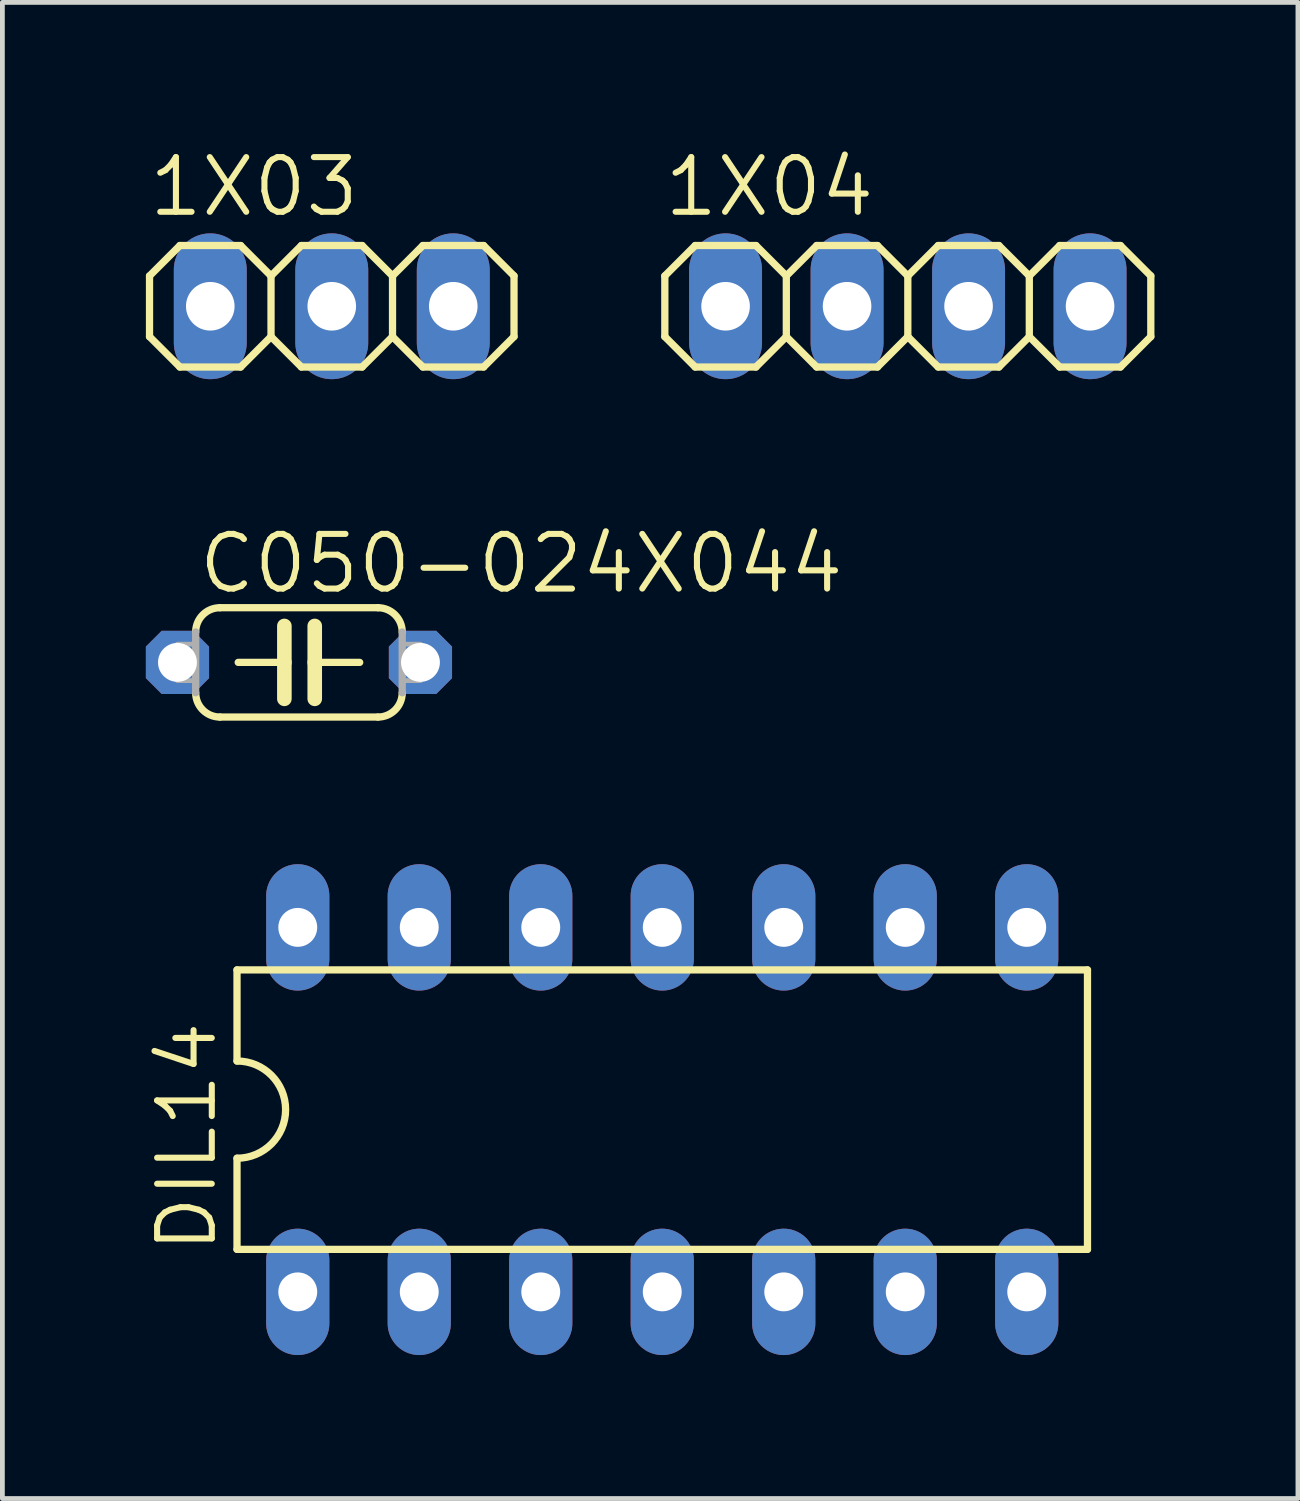
<source format=kicad_pcb>
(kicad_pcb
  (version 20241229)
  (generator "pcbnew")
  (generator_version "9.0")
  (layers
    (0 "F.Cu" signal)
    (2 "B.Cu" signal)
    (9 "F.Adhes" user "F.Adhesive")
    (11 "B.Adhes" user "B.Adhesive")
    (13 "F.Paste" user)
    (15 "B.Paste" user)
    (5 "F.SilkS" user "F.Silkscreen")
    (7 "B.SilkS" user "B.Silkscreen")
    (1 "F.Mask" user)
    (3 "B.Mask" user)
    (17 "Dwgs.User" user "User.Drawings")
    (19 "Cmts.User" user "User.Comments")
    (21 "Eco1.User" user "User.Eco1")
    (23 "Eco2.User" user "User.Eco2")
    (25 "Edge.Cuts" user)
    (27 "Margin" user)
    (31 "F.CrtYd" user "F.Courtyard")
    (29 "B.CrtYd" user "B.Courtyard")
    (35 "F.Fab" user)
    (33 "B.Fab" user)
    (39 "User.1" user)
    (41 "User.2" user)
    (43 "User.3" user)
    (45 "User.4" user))
  (footprint "1X03"
    (layer "F.Cu")
    (at 3.886 3.353)
    (property "Reference" "1X03" (at -3.886 -1.829 0) (layer "F.SilkS") (effects (font (size 1.143 1.143) (thickness 0.127)) (justify left bottom)))
    (fp_line (start -3.81 -0.635) (end -3.81 0.635) (stroke (width 0.152) (type solid)) (layer "F.SilkS"))
    (fp_line (start -3.81 0.635) (end -3.175 1.27) (stroke (width 0.152) (type solid)) (layer "F.SilkS"))
    (fp_line (start -3.175 -1.27) (end -3.81 -0.635) (stroke (width 0.152) (type solid)) (layer "F.SilkS"))
    (fp_line (start -3.175 -1.27) (end -1.905 -1.27) (stroke (width 0.152) (type solid)) (layer "F.SilkS"))
    (fp_line (start -1.905 -1.27) (end -1.27 -0.635) (stroke (width 0.152) (type solid)) (layer "F.SilkS"))
    (fp_line (start -1.905 1.27) (end -3.175 1.27) (stroke (width 0.152) (type solid)) (layer "F.SilkS"))
    (fp_line (start -1.27 -0.635) (end -1.27 0.635) (stroke (width 0.152) (type solid)) (layer "F.SilkS"))
    (fp_line (start -1.27 -0.635) (end -0.635 -1.27) (stroke (width 0.152) (type solid)) (layer "F.SilkS"))
    (fp_line (start -1.27 0.635) (end -1.905 1.27) (stroke (width 0.152) (type solid)) (layer "F.SilkS"))
    (fp_line (start -0.635 -1.27) (end 0.635 -1.27) (stroke (width 0.152) (type solid)) (layer "F.SilkS"))
    (fp_line (start -0.635 1.27) (end -1.27 0.635) (stroke (width 0.152) (type solid)) (layer "F.SilkS"))
    (fp_line (start 0.635 -1.27) (end 1.27 -0.635) (stroke (width 0.152) (type solid)) (layer "F.SilkS"))
    (fp_line (start 0.635 1.27) (end -0.635 1.27) (stroke (width 0.152) (type solid)) (layer "F.SilkS"))
    (fp_line (start 1.27 -0.635) (end 1.27 0.635) (stroke (width 0.152) (type solid)) (layer "F.SilkS"))
    (fp_line (start 1.27 -0.635) (end 1.905 -1.27) (stroke (width 0.152) (type solid)) (layer "F.SilkS"))
    (fp_line (start 1.27 0.635) (end 0.635 1.27) (stroke (width 0.152) (type solid)) (layer "F.SilkS"))
    (fp_line (start 1.905 -1.27) (end 3.175 -1.27) (stroke (width 0.152) (type solid)) (layer "F.SilkS"))
    (fp_line (start 1.905 1.27) (end 1.27 0.635) (stroke (width 0.152) (type solid)) (layer "F.SilkS"))
    (fp_line (start 3.175 -1.27) (end 3.81 -0.635) (stroke (width 0.152) (type solid)) (layer "F.SilkS"))
    (fp_line (start 3.175 1.27) (end 1.905 1.27) (stroke (width 0.152) (type solid)) (layer "F.SilkS"))
    (fp_line (start 3.81 -0.635) (end 3.81 0.635) (stroke (width 0.152) (type solid)) (layer "F.SilkS"))
    (fp_line (start 3.81 0.635) (end 3.175 1.27) (stroke (width 0.152) (type solid)) (layer "F.SilkS"))
    (fp_poly (pts (xy -2.794 0.254) (xy -2.286 0.254) (xy -2.286 -0.254) (xy -2.794 -0.254)) (stroke (width 0.1) (type solid)) (fill no) (layer "F.Fab"))
    (fp_poly (pts (xy -0.254 0.254) (xy 0.254 0.254) (xy 0.254 -0.254) (xy -0.254 -0.254)) (stroke (width 0.1) (type solid)) (fill no) (layer "F.Fab"))
    (fp_poly (pts (xy 2.286 0.254) (xy 2.794 0.254) (xy 2.794 -0.254) (xy 2.286 -0.254)) (stroke (width 0.1) (type solid)) (fill no) (layer "F.Fab"))
    (pad "1" thru_hole oval (at -2.54 0 90) (size 3.048 1.524) (drill 1.016) (layers "*.Cu" "*.Mask"))
    (pad "2" thru_hole oval (at 0 0 90) (size 3.048 1.524) (drill 1.016) (layers "*.Cu" "*.Mask"))
    (pad "3" thru_hole oval (at 2.54 0 90) (size 3.048 1.524) (drill 1.016) (layers "*.Cu" "*.Mask")))
  (footprint "1X04"
    (layer "F.Cu")
    (at 15.929 3.353)
    (property "Reference" "1X04" (at -5.156 -1.829 0) (layer "F.SilkS") (effects (font (size 1.143 1.143) (thickness 0.127)) (justify left bottom)))
    (fp_line (start -5.08 -0.635) (end -5.08 0.635) (stroke (width 0.152) (type solid)) (layer "F.SilkS"))
    (fp_line (start -5.08 0.635) (end -4.445 1.27) (stroke (width 0.152) (type solid)) (layer "F.SilkS"))
    (fp_line (start -4.445 -1.27) (end -5.08 -0.635) (stroke (width 0.152) (type solid)) (layer "F.SilkS"))
    (fp_line (start -4.445 -1.27) (end -3.175 -1.27) (stroke (width 0.152) (type solid)) (layer "F.SilkS"))
    (fp_line (start -3.175 -1.27) (end -2.54 -0.635) (stroke (width 0.152) (type solid)) (layer "F.SilkS"))
    (fp_line (start -3.175 1.27) (end -4.445 1.27) (stroke (width 0.152) (type solid)) (layer "F.SilkS"))
    (fp_line (start -2.54 -0.635) (end -2.54 0.635) (stroke (width 0.152) (type solid)) (layer "F.SilkS"))
    (fp_line (start -2.54 -0.635) (end -1.905 -1.27) (stroke (width 0.152) (type solid)) (layer "F.SilkS"))
    (fp_line (start -2.54 0.635) (end -3.175 1.27) (stroke (width 0.152) (type solid)) (layer "F.SilkS"))
    (fp_line (start -1.905 -1.27) (end -0.635 -1.27) (stroke (width 0.152) (type solid)) (layer "F.SilkS"))
    (fp_line (start -1.905 1.27) (end -2.54 0.635) (stroke (width 0.152) (type solid)) (layer "F.SilkS"))
    (fp_line (start -0.635 -1.27) (end 0 -0.635) (stroke (width 0.152) (type solid)) (layer "F.SilkS"))
    (fp_line (start -0.635 1.27) (end -1.905 1.27) (stroke (width 0.152) (type solid)) (layer "F.SilkS"))
    (fp_line (start 0 -0.635) (end 0 0.635) (stroke (width 0.152) (type solid)) (layer "F.SilkS"))
    (fp_line (start 0 -0.635) (end 0.635 -1.27) (stroke (width 0.152) (type solid)) (layer "F.SilkS"))
    (fp_line (start 0 0.635) (end -0.635 1.27) (stroke (width 0.152) (type solid)) (layer "F.SilkS"))
    (fp_line (start 0.635 -1.27) (end 1.905 -1.27) (stroke (width 0.152) (type solid)) (layer "F.SilkS"))
    (fp_line (start 0.635 1.27) (end 0 0.635) (stroke (width 0.152) (type solid)) (layer "F.SilkS"))
    (fp_line (start 1.905 -1.27) (end 2.54 -0.635) (stroke (width 0.152) (type solid)) (layer "F.SilkS"))
    (fp_line (start 1.905 1.27) (end 0.635 1.27) (stroke (width 0.152) (type solid)) (layer "F.SilkS"))
    (fp_line (start 2.54 -0.635) (end 2.54 0.635) (stroke (width 0.152) (type solid)) (layer "F.SilkS"))
    (fp_line (start 2.54 0.635) (end 1.905 1.27) (stroke (width 0.152) (type solid)) (layer "F.SilkS"))
    (fp_line (start 2.54 0.635) (end 3.175 1.27) (stroke (width 0.152) (type solid)) (layer "F.SilkS"))
    (fp_line (start 3.175 -1.27) (end 2.54 -0.635) (stroke (width 0.152) (type solid)) (layer "F.SilkS"))
    (fp_line (start 3.175 -1.27) (end 4.445 -1.27) (stroke (width 0.152) (type solid)) (layer "F.SilkS"))
    (fp_line (start 4.445 -1.27) (end 5.08 -0.635) (stroke (width 0.152) (type solid)) (layer "F.SilkS"))
    (fp_line (start 4.445 1.27) (end 3.175 1.27) (stroke (width 0.152) (type solid)) (layer "F.SilkS"))
    (fp_line (start 5.08 -0.635) (end 5.08 0.635) (stroke (width 0.152) (type solid)) (layer "F.SilkS"))
    (fp_line (start 5.08 0.635) (end 4.445 1.27) (stroke (width 0.152) (type solid)) (layer "F.SilkS"))
    (fp_poly (pts (xy -4.064 0.254) (xy -3.556 0.254) (xy -3.556 -0.254) (xy -4.064 -0.254)) (stroke (width 0.1) (type solid)) (fill no) (layer "F.Fab"))
    (fp_poly (pts (xy -1.524 0.254) (xy -1.016 0.254) (xy -1.016 -0.254) (xy -1.524 -0.254)) (stroke (width 0.1) (type solid)) (fill no) (layer "F.Fab"))
    (fp_poly (pts (xy 1.016 0.254) (xy 1.524 0.254) (xy 1.524 -0.254) (xy 1.016 -0.254)) (stroke (width 0.1) (type solid)) (fill no) (layer "F.Fab"))
    (fp_poly (pts (xy 3.556 0.254) (xy 4.064 0.254) (xy 4.064 -0.254) (xy 3.556 -0.254)) (stroke (width 0.1) (type solid)) (fill no) (layer "F.Fab"))
    (pad "1" thru_hole oval (at -3.81 0 90) (size 3.048 1.524) (drill 1.016) (layers "*.Cu" "*.Mask"))
    (pad "2" thru_hole oval (at -1.27 0 90) (size 3.048 1.524) (drill 1.016) (layers "*.Cu" "*.Mask"))
    (pad "3" thru_hole oval (at 1.27 0 90) (size 3.048 1.524) (drill 1.016) (layers "*.Cu" "*.Mask"))
    (pad "4" thru_hole oval (at 3.81 0 90) (size 3.048 1.524) (drill 1.016) (layers "*.Cu" "*.Mask")))
  (footprint "C050-024X044"
    (layer "F.Cu")
    (at 3.2 10.798)
    (property "Reference" "C050-024X044" (at -2.159 -1.397 0) (layer "F.SilkS") (effects (font (size 1.143 1.143) (thickness 0.127)) (justify left bottom)))
    (fp_line (start -1.27 0) (end -0.305 0) (stroke (width 0.152) (type solid)) (layer "F.SilkS"))
    (fp_line (start -0.305 -0.762) (end -0.305 0) (stroke (width 0.305) (type solid)) (layer "F.SilkS"))
    (fp_line (start -0.305 0) (end -0.305 0.762) (stroke (width 0.305) (type solid)) (layer "F.SilkS"))
    (fp_line (start 0.33 -0.762) (end 0.33 0) (stroke (width 0.305) (type solid)) (layer "F.SilkS"))
    (fp_line (start 0.33 0) (end 0.33 0.762) (stroke (width 0.305) (type solid)) (layer "F.SilkS"))
    (fp_line (start 1.27 0) (end 0.33 0) (stroke (width 0.152) (type solid)) (layer "F.SilkS"))
    (fp_line (start 1.651 -1.143) (end -1.651 -1.143) (stroke (width 0.152) (type solid)) (layer "F.SilkS"))
    (fp_line (start 1.651 1.143) (end -1.651 1.143) (stroke (width 0.152) (type solid)) (layer "F.SilkS"))
    (fp_arc (start -2.159 -0.635) (mid -2.01021 -0.99421) (end -1.651 -1.143) (stroke (width 0.1524) (type solid)) (layer "F.SilkS"))
    (fp_arc (start -1.651 1.143) (mid -2.01021 0.99421) (end -2.159 0.635) (stroke (width 0.1524) (type solid)) (layer "F.SilkS"))
    (fp_arc (start 1.651 -1.143) (mid 2.01021 -0.99421) (end 2.159 -0.635) (stroke (width 0.1524) (type solid)) (layer "F.SilkS"))
    (fp_arc (start 2.159 0.635) (mid 2.01021 0.99421) (end 1.651 1.143) (stroke (width 0.1524) (type solid)) (layer "F.SilkS"))
    (fp_line (start -2.159 0.635) (end -2.159 -0.635) (stroke (width 0.152) (type solid)) (layer "F.Fab"))
    (fp_line (start 2.159 0.635) (end 2.159 -0.635) (stroke (width 0.152) (type solid)) (layer "F.Fab"))
    (fp_poly (pts (xy -2.54 0.381) (xy -2.159 0.381) (xy -2.159 -0.381) (xy -2.54 -0.381)) (stroke (width 0.1) (type solid)) (fill no) (layer "F.Fab"))
    (fp_poly (pts (xy 2.159 0.381) (xy 2.54 0.381) (xy 2.54 -0.381) (xy 2.159 -0.381)) (stroke (width 0.1) (type solid)) (fill no) (layer "F.Fab"))
    (pad "1" thru_hole roundrect (at -2.54 0) (size 1.321 1.321) (drill 0.813) (layers "*.Cu" "*.Mask") (roundrect_rratio 0.25) (chamfer_ratio 0.25) (chamfer top_left top_right bottom_left bottom_right))
    (pad "2" thru_hole roundrect (at 2.54 0) (size 1.321 1.321) (drill 0.813) (layers "*.Cu" "*.Mask") (roundrect_rratio 0.25) (chamfer_ratio 0.25) (chamfer top_left top_right bottom_left bottom_right)))
  (footprint "DIL14"
    (layer "F.Cu")
    (at 10.795 20.148)
    (property "Reference" "DIL14" (at -9.271 3.048 90) (layer "F.SilkS") (effects (font (size 1.143 1.143) (thickness 0.127)) (justify left bottom)))
    (fp_line (start -8.89 -2.921) (end -8.89 -1.016) (stroke (width 0.152) (type solid)) (layer "F.SilkS"))
    (fp_line (start -8.89 2.921) (end -8.89 1.016) (stroke (width 0.152) (type solid)) (layer "F.SilkS"))
    (fp_line (start -8.89 2.921) (end 8.89 2.921) (stroke (width 0.152) (type solid)) (layer "F.SilkS"))
    (fp_line (start 8.89 -2.921) (end -8.89 -2.921) (stroke (width 0.152) (type solid)) (layer "F.SilkS"))
    (fp_line (start 8.89 -2.921) (end 8.89 2.921) (stroke (width 0.152) (type solid)) (layer "F.SilkS"))
    (fp_arc (start -8.89 -1.016) (mid -7.874 0) (end -8.89 1.016) (stroke (width 0.1524) (type solid)) (layer "F.SilkS"))
    (pad "1" thru_hole oval (at -7.62 3.81 90) (size 2.642 1.321) (drill 0.813) (layers "*.Cu" "*.Mask"))
    (pad "2" thru_hole oval (at -5.08 3.81 90) (size 2.642 1.321) (drill 0.813) (layers "*.Cu" "*.Mask"))
    (pad "3" thru_hole oval (at -2.54 3.81 90) (size 2.642 1.321) (drill 0.813) (layers "*.Cu" "*.Mask"))
    (pad "4" thru_hole oval (at 0 3.81 90) (size 2.642 1.321) (drill 0.813) (layers "*.Cu" "*.Mask"))
    (pad "5" thru_hole oval (at 2.54 3.81 90) (size 2.642 1.321) (drill 0.813) (layers "*.Cu" "*.Mask"))
    (pad "6" thru_hole oval (at 5.08 3.81 90) (size 2.642 1.321) (drill 0.813) (layers "*.Cu" "*.Mask"))
    (pad "7" thru_hole oval (at 7.62 3.81 90) (size 2.642 1.321) (drill 0.813) (layers "*.Cu" "*.Mask"))
    (pad "8" thru_hole oval (at 7.62 -3.81 90) (size 2.642 1.321) (drill 0.813) (layers "*.Cu" "*.Mask"))
    (pad "9" thru_hole oval (at 5.08 -3.81 90) (size 2.642 1.321) (drill 0.813) (layers "*.Cu" "*.Mask"))
    (pad "10" thru_hole oval (at 2.54 -3.81 90) (size 2.642 1.321) (drill 0.813) (layers "*.Cu" "*.Mask"))
    (pad "11" thru_hole oval (at 0 -3.81 90) (size 2.642 1.321) (drill 0.813) (layers "*.Cu" "*.Mask"))
    (pad "12" thru_hole oval (at -2.54 -3.81 90) (size 2.642 1.321) (drill 0.813) (layers "*.Cu" "*.Mask"))
    (pad "13" thru_hole oval (at -5.08 -3.81 90) (size 2.642 1.321) (drill 0.813) (layers "*.Cu" "*.Mask"))
    (pad "14" thru_hole oval (at -7.62 -3.81 90) (size 2.642 1.321) (drill 0.813) (layers "*.Cu" "*.Mask")))
  (gr_rect
    (start -3 -3)
    (end 24.085 28.279)
    (stroke (width 0.1) (type default))
    (fill no)
    (layer "Edge.Cuts")))
</source>
